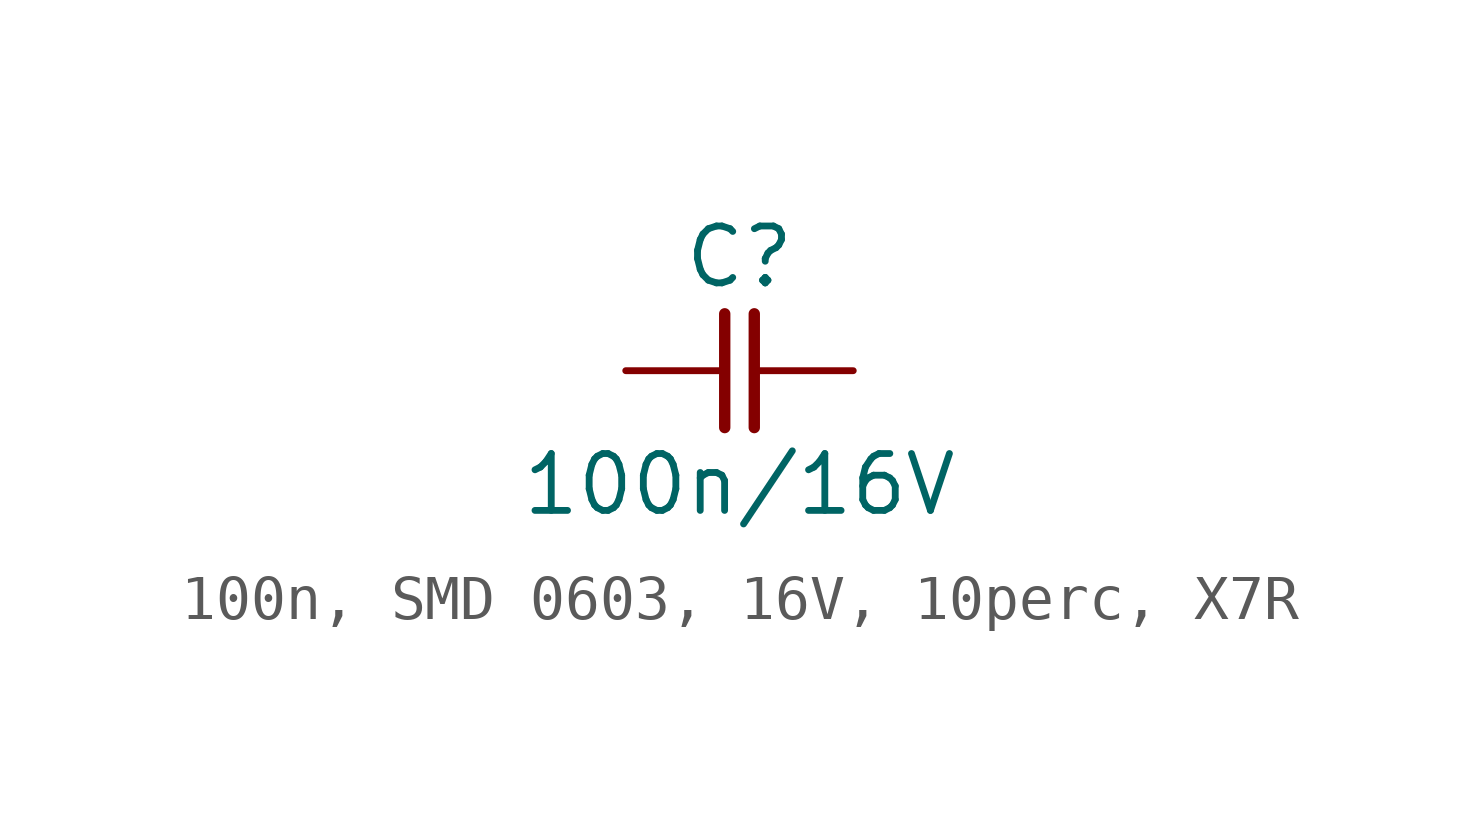
<source format=kicad_sym>
(kicad_symbol_lib
  (version 20231120)
  (generator "kicad_symbol_editor")
  (generator_version "8.0")
  (symbol "100n, SMD 0603, 16V, 10perc, X7R"
    (pin_numbers hide)
    (pin_names
      (offset 0) hide)
    (property "Reference" "C"
      (at 0 2.54 0)
      (effects (font (size 1.27 1.27))))
    (property "Value" "100n/16V"
      (at 0 -2.54 0)
      (effects (font (size 1.27 1.27))))
    (symbol "100n, SMD 0603, 16V, 10perc, X7R_0_1"
      (polyline (pts (xy -0.33 1.27) (xy -0.33 -1.27)) (stroke (width 0.254) (type default)) (fill (type none)))
      (polyline (pts (xy 0.33 1.27) (xy 0.33 -1.27)) (stroke (width 0.254) (type default)) (fill (type none))))
    (symbol "100n, SMD 0603, 16V, 10perc, X7R_1_1"
      (pin passive line (at -2.54 0 0) (length 2.21) (name "1" (effects (font (size 1.27 1.27)))) (number "1" (effects (font (size 1.27 1.27)))))
      (pin passive line (at 2.54 0 180) (length 2.21) (name "2" (effects (font (size 1.27 1.27)))) (number "2" (effects (font (size 1.27 1.27))))))))
</source>
